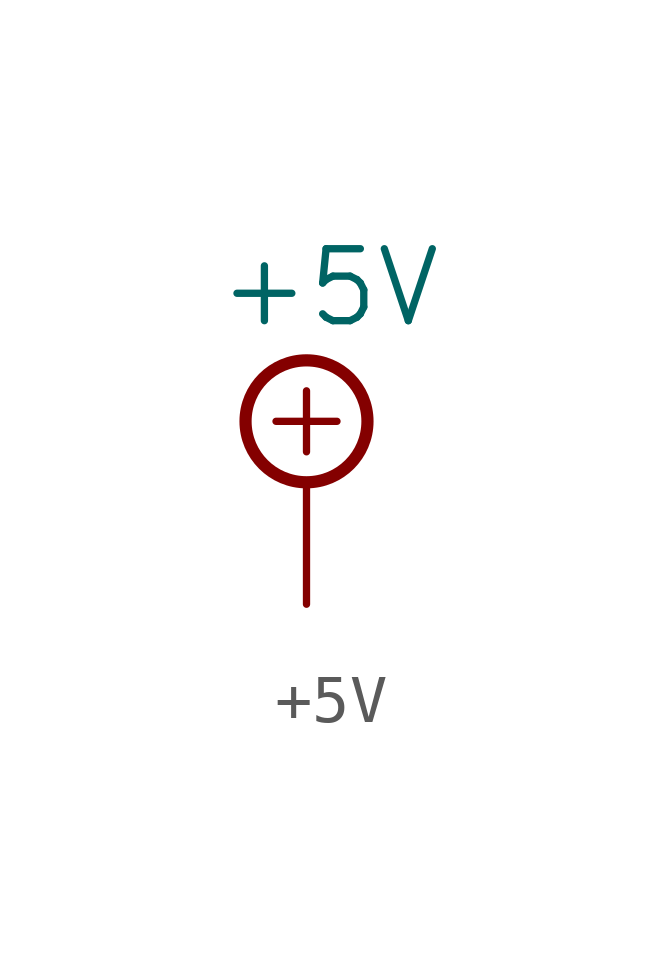
<source format=kicad_sym>
(kicad_symbol_lib
  (version 20231120)
  (generator "kicad_symbol_editor")
  (generator_version "8.0")
  (symbol "+5V"
    (power)
    (pin_names
      (offset 1.016))
    (property "Reference" "#SUPPLY"
      (at 0 0 0)
      (effects (font (size 1.27 1.27)) (hide yes)))
    (property "Value" "+5V"
      (at -1.905 3.175 0)
      (effects (font (size 1.499 1.499)) (justify left bottom)))
    (property "ki_locked" ""
      (at 0 0 0)
      (effects (font (size 1.27 1.27))))
    (symbol "+5V_1_0"
      (polyline (pts (xy -0.635 1.27) (xy 0.635 1.27)) (stroke (width 0) (type solid)) (fill (type none)))
      (polyline (pts (xy 0 0.635) (xy 0 1.905)) (stroke (width 0) (type solid)) (fill (type none)))
      (circle (center 0 1.27) (radius 1.27) (stroke (width 0.254) (type solid)) (fill (type none)))
      (pin power_in line (at 0 -2.54 90) (length 2.54) (name "+5V" (effects (font (size 0 0)))) (number "1" (effects (font (size 0 0))))))))
</source>
